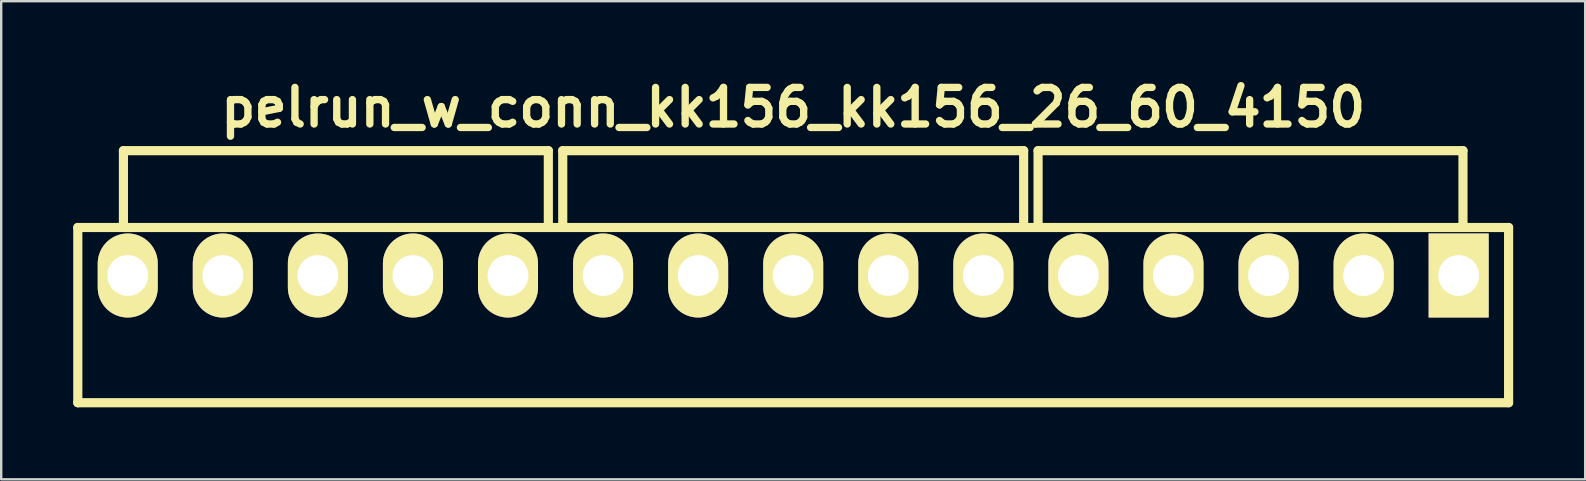
<source format=kicad_pcb>
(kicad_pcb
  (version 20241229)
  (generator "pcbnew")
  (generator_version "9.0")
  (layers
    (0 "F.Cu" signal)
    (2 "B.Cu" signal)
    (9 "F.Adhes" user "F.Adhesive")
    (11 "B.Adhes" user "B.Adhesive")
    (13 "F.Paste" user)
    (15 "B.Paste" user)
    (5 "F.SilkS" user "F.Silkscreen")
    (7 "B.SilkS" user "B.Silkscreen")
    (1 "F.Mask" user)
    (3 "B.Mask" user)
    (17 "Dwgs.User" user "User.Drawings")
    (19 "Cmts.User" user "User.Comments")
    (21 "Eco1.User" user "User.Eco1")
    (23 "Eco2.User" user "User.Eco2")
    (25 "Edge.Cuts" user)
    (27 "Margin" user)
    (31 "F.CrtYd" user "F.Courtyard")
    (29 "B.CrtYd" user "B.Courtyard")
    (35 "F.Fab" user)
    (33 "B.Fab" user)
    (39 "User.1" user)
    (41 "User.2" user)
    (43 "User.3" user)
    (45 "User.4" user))
  (footprint "pelrun_w_conn_kk156_kk156_26_60_4150"
    (layer "F.Cu")
    (at 29.991 8.426)
    (property "Reference" "pelrun_w_conn_kk156_kk156_26_60_4150" (at 0 -7 0) (layer "F.SilkS") (effects (font (size 1.524 1.524) (thickness 0.305))))
    (attr through_hole)
    (fp_line (start -29.8 -2) (end 29.8 -2) (stroke (width 0.381) (type solid)) (layer "F.SilkS"))
    (fp_line (start -29.8 5.3) (end -29.8 -2) (stroke (width 0.381) (type solid)) (layer "F.SilkS"))
    (fp_line (start -29.8 5.3) (end 29.8 5.3) (stroke (width 0.381) (type solid)) (layer "F.SilkS"))
    (fp_line (start -27.9 -2) (end -27.9 -5.2) (stroke (width 0.381) (type solid)) (layer "F.SilkS"))
    (fp_line (start -10.2 -5.2) (end -27.9 -5.2) (stroke (width 0.381) (type solid)) (layer "F.SilkS"))
    (fp_line (start -10.2 -2) (end -10.2 -5.2) (stroke (width 0.381) (type solid)) (layer "F.SilkS"))
    (fp_line (start -9.6 -5.2) (end 9.6 -5.2) (stroke (width 0.381) (type solid)) (layer "F.SilkS"))
    (fp_line (start -9.6 -2) (end -9.6 -5.2) (stroke (width 0.381) (type solid)) (layer "F.SilkS"))
    (fp_line (start 9.6 -5.2) (end 9.6 -2) (stroke (width 0.381) (type solid)) (layer "F.SilkS"))
    (fp_line (start 10.2 -5.2) (end 27.9 -5.2) (stroke (width 0.381) (type solid)) (layer "F.SilkS"))
    (fp_line (start 10.2 -2) (end 10.2 -5.2) (stroke (width 0.381) (type solid)) (layer "F.SilkS"))
    (fp_line (start 27.9 -5.2) (end 27.9 -2) (stroke (width 0.381) (type solid)) (layer "F.SilkS"))
    (fp_line (start 29.8 -2) (end 29.8 5.3) (stroke (width 0.381) (type solid)) (layer "F.SilkS"))
    (pad "1" thru_hole rect (at 27.72 0) (size 2.5 3.5) (drill 1.7) (layers "*.Cu" "*.Mask" "F.SilkS"))
    (pad "2" thru_hole oval (at 23.76 0) (size 2.5 3.5) (drill 1.7) (layers "*.Cu" "*.Mask" "F.SilkS"))
    (pad "3" thru_hole oval (at 19.8 0) (size 2.5 3.5) (drill 1.7) (layers "*.Cu" "*.Mask" "F.SilkS"))
    (pad "4" thru_hole oval (at 15.84 0) (size 2.5 3.5) (drill 1.7) (layers "*.Cu" "*.Mask" "F.SilkS"))
    (pad "5" thru_hole oval (at 11.88 0) (size 2.5 3.5) (drill 1.7) (layers "*.Cu" "*.Mask" "F.SilkS"))
    (pad "6" thru_hole oval (at 7.92 0) (size 2.5 3.5) (drill 1.7) (layers "*.Cu" "*.Mask" "F.SilkS"))
    (pad "7" thru_hole oval (at 3.96 0) (size 2.5 3.5) (drill 1.7) (layers "*.Cu" "*.Mask" "F.SilkS"))
    (pad "8" thru_hole oval (at 0 0) (size 2.5 3.5) (drill 1.7) (layers "*.Cu" "*.Mask" "F.SilkS"))
    (pad "9" thru_hole oval (at -3.96 0) (size 2.5 3.5) (drill 1.7) (layers "*.Cu" "*.Mask" "F.SilkS"))
    (pad "10" thru_hole oval (at -7.92 0) (size 2.5 3.5) (drill 1.7) (layers "*.Cu" "*.Mask" "F.SilkS"))
    (pad "11" thru_hole oval (at -11.88 0) (size 2.5 3.5) (drill 1.7) (layers "*.Cu" "*.Mask" "F.SilkS"))
    (pad "12" thru_hole oval (at -15.84 0) (size 2.5 3.5) (drill 1.7) (layers "*.Cu" "*.Mask" "F.SilkS"))
    (pad "13" thru_hole oval (at -19.8 0) (size 2.5 3.5) (drill 1.7) (layers "*.Cu" "*.Mask" "F.SilkS"))
    (pad "14" thru_hole oval (at -23.76 0) (size 2.5 3.5) (drill 1.7) (layers "*.Cu" "*.Mask" "F.SilkS"))
    (pad "15" thru_hole oval (at -27.72 0) (size 2.5 3.5) (drill 1.7) (layers "*.Cu" "*.Mask" "F.SilkS")))
  (gr_rect
    (start -3 -3)
    (end 62.981 16.917)
    (stroke (width 0.1) (type default))
    (fill no)
    (layer "Edge.Cuts")))
</source>
